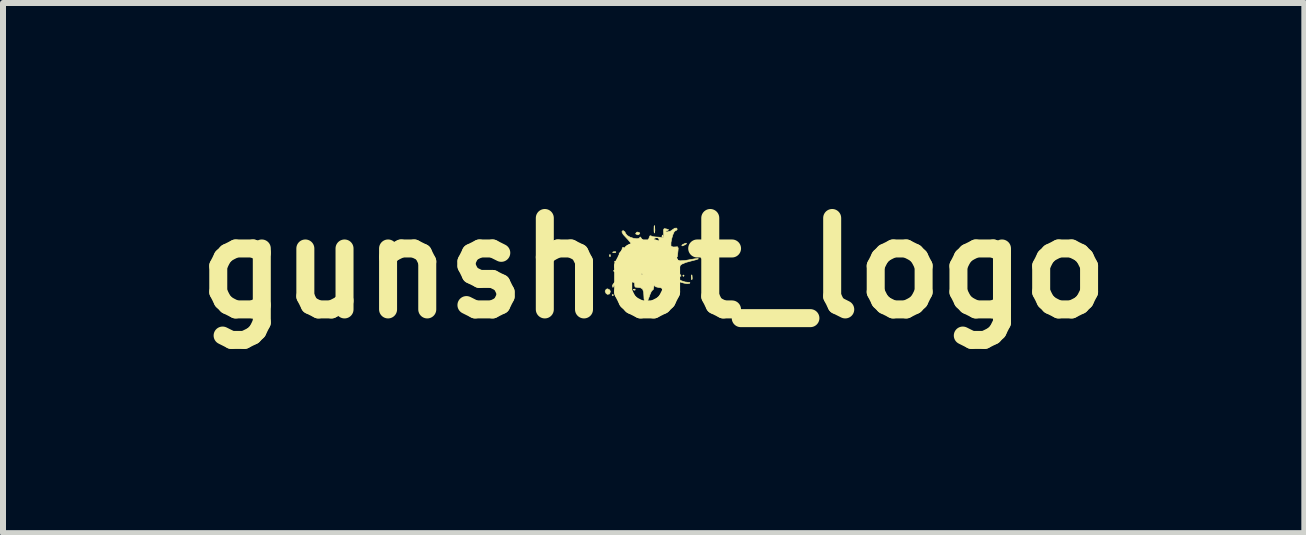
<source format=kicad_pcb>
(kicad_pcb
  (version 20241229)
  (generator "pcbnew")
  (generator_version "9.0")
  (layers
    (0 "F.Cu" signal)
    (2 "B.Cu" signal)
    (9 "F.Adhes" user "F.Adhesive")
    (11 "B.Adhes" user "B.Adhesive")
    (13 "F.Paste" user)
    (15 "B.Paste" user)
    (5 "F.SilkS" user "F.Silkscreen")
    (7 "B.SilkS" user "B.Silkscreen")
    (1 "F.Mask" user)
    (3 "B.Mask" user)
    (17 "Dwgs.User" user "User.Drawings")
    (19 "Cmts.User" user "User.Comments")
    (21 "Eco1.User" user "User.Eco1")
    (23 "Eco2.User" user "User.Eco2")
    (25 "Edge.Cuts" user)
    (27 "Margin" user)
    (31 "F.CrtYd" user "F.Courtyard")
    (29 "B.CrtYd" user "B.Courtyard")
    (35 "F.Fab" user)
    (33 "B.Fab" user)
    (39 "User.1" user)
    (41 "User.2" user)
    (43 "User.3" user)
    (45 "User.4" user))
  (footprint "gunshot_logo"
    (layer "F.Cu")
    (at 7.845 1.418)
    (property "Reference" "gunshot_logo" (at 0 0 0) (layer "F.SilkS") (effects (font (size 1.524 1.524) (thickness 0.3))))
    (attr through_hole)
    (fp_poly (pts (xy -0.67 0.45) (xy -0.681 0.462) (xy -0.693 0.45) (xy -0.681 0.439) (xy -0.67 0.45)) (stroke (width 0.01) (type solid)) (fill yes) (layer "F.SilkS"))
    (fp_poly (pts (xy 0.023 0.75) (xy 0.012 0.762) (xy 0 0.75) (xy 0.012 0.739) (xy 0.023 0.75)) (stroke (width 0.01) (type solid)) (fill yes) (layer "F.SilkS"))
    (fp_poly (pts (xy 0.092 0.727) (xy 0.081 0.739) (xy 0.069 0.727) (xy 0.081 0.716) (xy 0.092 0.727)) (stroke (width 0.01) (type solid)) (fill yes) (layer "F.SilkS"))
    (fp_poly (pts (xy 0.508 0.127) (xy 0.496 0.139) (xy 0.485 0.127) (xy 0.496 0.115) (xy 0.508 0.127)) (stroke (width 0.01) (type solid)) (fill yes) (layer "F.SilkS"))
    (fp_poly (pts (xy 0.808 -0.173) (xy 0.797 -0.162) (xy 0.785 -0.173) (xy 0.797 -0.185) (xy 0.808 -0.173)) (stroke (width 0.01) (type solid)) (fill yes) (layer "F.SilkS"))
    (fp_poly (pts (xy -0.724 -0.223) (xy -0.721 -0.196) (xy -0.724 -0.192) (xy -0.737 -0.196) (xy -0.739 -0.208) (xy -0.73 -0.227) (xy -0.724 -0.223)) (stroke (width 0.01) (type solid)) (fill yes) (layer "F.SilkS"))
    (fp_poly (pts (xy -0.63 -0.268) (xy -0.637 -0.257) (xy -0.66 -0.256) (xy -0.685 -0.261) (xy -0.674 -0.27) (xy -0.638 -0.273) (xy -0.63 -0.268)) (stroke (width 0.01) (type solid)) (fill yes) (layer "F.SilkS"))
    (fp_poly (pts (xy -0.595 -0.108) (xy -0.592 -0.099) (xy -0.623 -0.096) (xy -0.656 -0.1) (xy -0.652 -0.108) (xy -0.605 -0.111) (xy -0.595 -0.108)) (stroke (width 0.01) (type solid)) (fill yes) (layer "F.SilkS"))
    (fp_poly (pts (xy -0.308 0.354) (xy -0.311 0.368) (xy -0.323 0.369) (xy -0.342 0.361) (xy -0.339 0.354) (xy -0.311 0.351) (xy -0.308 0.354)) (stroke (width 0.01) (type solid)) (fill yes) (layer "F.SilkS"))
    (fp_poly (pts (xy -0.006 0.61) (xy -0.013 0.62) (xy -0.037 0.622) (xy -0.061 0.616) (xy -0.051 0.608) (xy -0.014 0.605) (xy -0.006 0.61)) (stroke (width 0.01) (type solid)) (fill yes) (layer "F.SilkS"))
    (fp_poly (pts (xy 0.154 -0.546) (xy 0.157 -0.519) (xy 0.154 -0.516) (xy 0.14 -0.519) (xy 0.139 -0.531) (xy 0.147 -0.55) (xy 0.154 -0.546)) (stroke (width 0.01) (type solid)) (fill yes) (layer "F.SilkS"))
    (fp_poly (pts (xy -0.428 0.257) (xy -0.436 0.277) (xy -0.453 0.295) (xy -0.479 0.31) (xy -0.485 0.302) (xy -0.471 0.275) (xy -0.444 0.256) (xy -0.428 0.257)) (stroke (width 0.01) (type solid)) (fill yes) (layer "F.SilkS"))
    (fp_poly (pts (xy -0.731 0.366) (xy -0.722 0.393) (xy -0.735 0.431) (xy -0.77 0.438) (xy -0.793 0.423) (xy -0.809 0.385) (xy -0.791 0.353) (xy -0.767 0.346) (xy -0.731 0.366)) (stroke (width 0.01) (type solid)) (fill yes) (layer "F.SilkS"))
    (fp_poly (pts (xy -0.569 0.031) (xy -0.554 0.046) (xy -0.574 0.064) (xy -0.612 0.069) (xy -0.655 0.061) (xy -0.67 0.046) (xy -0.65 0.029) (xy -0.612 0.023) (xy -0.569 0.031)) (stroke (width 0.01) (type solid)) (fill yes) (layer "F.SilkS"))
    (fp_poly (pts (xy -0.235 -0.588) (xy -0.231 -0.577) (xy -0.25 -0.557) (xy -0.266 -0.554) (xy -0.296 -0.567) (xy -0.3 -0.577) (xy -0.281 -0.598) (xy -0.266 -0.6) (xy -0.235 -0.588)) (stroke (width 0.01) (type solid)) (fill yes) (layer "F.SilkS"))
    (fp_poly (pts (xy -0.092 0.705) (xy -0.081 0.716) (xy -0.072 0.734) (xy -0.085 0.733) (xy -0.127 0.716) (xy -0.156 0.701) (xy -0.143 0.695) (xy -0.134 0.694) (xy -0.092 0.705)) (stroke (width 0.01) (type solid)) (fill yes) (layer "F.SilkS"))
    (fp_poly (pts (xy 0.016 -0.699) (xy 0.02 -0.631) (xy 0.016 -0.595) (xy 0.011 -0.584) (xy 0.007 -0.613) (xy 0.006 -0.647) (xy 0.008 -0.696) (xy 0.013 -0.71) (xy 0.016 -0.699)) (stroke (width 0.01) (type solid)) (fill yes) (layer "F.SilkS"))
    (fp_poly (pts (xy 0.547 -0.405) (xy 0.531 -0.393) (xy 0.489 -0.373) (xy 0.473 -0.37) (xy 0.469 -0.38) (xy 0.485 -0.393) (xy 0.527 -0.412) (xy 0.543 -0.415) (xy 0.547 -0.405)) (stroke (width 0.01) (type solid)) (fill yes) (layer "F.SilkS"))
    (fp_poly (pts (xy 0.638 0.118) (xy 0.639 0.122) (xy 0.643 0.172) (xy 0.639 0.191) (xy 0.631 0.192) (xy 0.628 0.156) (xy 0.628 0.15) (xy 0.631 0.114) (xy 0.638 0.118)) (stroke (width 0.01) (type solid)) (fill yes) (layer "F.SilkS"))
    (fp_poly (pts (xy 0.393 -0.647) (xy 0.374 -0.625) (xy 0.362 -0.623) (xy 0.341 -0.603) (xy 0.319 -0.553) (xy 0.3 -0.487) (xy 0.288 -0.423) (xy 0.288 -0.375) (xy 0.291 -0.365) (xy 0.322 -0.351) (xy 0.36 -0.352) (xy 0.397 -0.355) (xy 0.409 -0.333) (xy 0.406 -0.291) (xy 0.399 -0.231) (xy 0.395 -0.191) (xy 0.374 -0.165) (xy 0.352 -0.16) (xy 0.341 -0.153) (xy 0.37 -0.137) (xy 0.38 -0.133) (xy 0.442 -0.121) (xy 0.525 -0.126) (xy 0.594 -0.138) (xy 0.685 -0.154) (xy 0.736 -0.159) (xy 0.746 -0.154) (xy 0.714 -0.141) (xy 0.637 -0.121) (xy 0.617 -0.116) (xy 0.537 -0.094) (xy 0.474 -0.068) (xy 0.445 -0.048) (xy 0.419 0.014) (xy 0.424 0.078) (xy 0.443 0.111) (xy 0.457 0.133) (xy 0.432 0.139) (xy 0.398 0.148) (xy 0.393 0.158) (xy 0.413 0.185) (xy 0.462 0.212) (xy 0.523 0.232) (xy 0.566 0.237) (xy 0.604 0.241) (xy 0.6 0.254) (xy 0.559 0.26) (xy 0.501 0.25) (xy 0.499 0.249) (xy 0.426 0.228) (xy 0.364 0.214) (xy 0.318 0.211) (xy 0.302 0.234) (xy 0.3 0.265) (xy 0.315 0.321) (xy 0.344 0.339) (xy 0.383 0.369) (xy 0.398 0.404) (xy 0.395 0.441) (xy 0.369 0.444) (xy 0.328 0.415) (xy 0.293 0.376) (xy 0.252 0.338) (xy 0.22 0.323) (xy 0.183 0.305) (xy 0.177 0.294) (xy 0.166 0.278) (xy 0.163 0.295) (xy 0.181 0.326) (xy 0.214 0.346) (xy 0.266 0.367) (xy 0.215 0.368) (xy 0.168 0.36) (xy 0.15 0.346) (xy 0.118 0.328) (xy 0.081 0.323) (xy 0.035 0.312) (xy 0.015 0.294) (xy 0.006 0.29) (xy 0.002 0.318) (xy -0.007 0.358) (xy -0.021 0.369) (xy -0.039 0.39) (xy -0.061 0.44) (xy -0.072 0.473) (xy -0.1 0.544) (xy -0.127 0.575) (xy -0.149 0.564) (xy -0.161 0.511) (xy -0.162 0.487) (xy -0.167 0.4) (xy -0.185 0.349) (xy -0.222 0.327) (xy -0.259 0.323) (xy -0.307 0.317) (xy -0.317 0.296) (xy -0.315 0.289) (xy -0.318 0.251) (xy -0.329 0.239) (xy -0.373 0.229) (xy -0.439 0.228) (xy -0.506 0.236) (xy -0.556 0.25) (xy -0.565 0.256) (xy -0.605 0.274) (xy -0.628 0.277) (xy -0.663 0.289) (xy -0.67 0.304) (xy -0.677 0.321) (xy -0.682 0.319) (xy -0.687 0.287) (xy -0.66 0.248) (xy -0.611 0.216) (xy -0.599 0.211) (xy -0.551 0.184) (xy -0.531 0.154) (xy -0.531 0.153) (xy -0.514 0.116) (xy -0.502 0.108) (xy -0.499 0.104) (xy -0.208 0.104) (xy -0.196 0.115) (xy -0.185 0.104) (xy -0.196 0.092) (xy -0.208 0.104) (xy -0.499 0.104) (xy -0.488 0.092) (xy -0.508 0.071) (xy -0.531 0.048) (xy -0.513 0.027) (xy -0.508 0.023) (xy -0.485 0.005) (xy -0.503 0.000451) (xy -0.509 0.000354) (xy -0.538 -0.018) (xy -0.549 -0.06) (xy -0.539 -0.107) (xy -0.513 -0.137) (xy -0.493 -0.155) (xy -0.502 -0.161) (xy -0.528 -0.18) (xy -0.531 -0.194) (xy -0.549 -0.231) (xy -0.56 -0.239) (xy -0.577 -0.249) (xy -0.56 -0.252) (xy -0.536 -0.273) (xy -0.531 -0.3) (xy -0.521 -0.338) (xy -0.508 -0.346) (xy -0.486 -0.329) (xy -0.485 -0.323) (xy -0.466 -0.303) (xy -0.45 -0.3) (xy -0.42 -0.319) (xy -0.416 -0.335) (xy -0.403 -0.366) (xy -0.393 -0.369) (xy -0.37 -0.383) (xy -0.383 -0.42) (xy -0.429 -0.476) (xy -0.45 -0.498) (xy -0.508 -0.561) (xy -0.53 -0.604) (xy -0.515 -0.623) (xy -0.506 -0.623) (xy -0.48 -0.604) (xy -0.469 -0.578) (xy -0.443 -0.544) (xy -0.393 -0.515) (xy -0.333 -0.495) (xy -0.277 -0.488) (xy -0.239 -0.497) (xy -0.229 -0.514) (xy -0.22 -0.518) (xy -0.203 -0.491) (xy -0.165 -0.447) (xy -0.121 -0.442) (xy -0.089 -0.473) (xy 0 -0.473) (xy 0.019 -0.445) (xy 0.046 -0.439) (xy 0.084 -0.453) (xy 0.092 -0.473) (xy 0.073 -0.502) (xy 0.046 -0.508) (xy 0.009 -0.494) (xy 0 -0.473) (xy -0.089 -0.473) (xy -0.086 -0.476) (xy -0.078 -0.499) (xy -0.063 -0.536) (xy -0.049 -0.539) (xy -0.018 -0.524) (xy 0.035 -0.518) (xy 0.097 -0.514) (xy 0.139 -0.507) (xy 0.161 -0.51) (xy 0.168 -0.543) (xy 0.166 -0.581) (xy 0.164 -0.636) (xy 0.175 -0.657) (xy 0.207 -0.653) (xy 0.211 -0.652) (xy 0.247 -0.641) (xy 0.24 -0.63) (xy 0.218 -0.621) (xy 0.188 -0.608) (xy 0.202 -0.603) (xy 0.223 -0.602) (xy 0.281 -0.616) (xy 0.308 -0.635) (xy 0.351 -0.664) (xy 0.383 -0.666) (xy 0.393 -0.647)) (stroke (width 0.01) (type solid)) (fill yes) (layer "F.SilkS")))
  (gr_rect
    (start -3 -3)
    (end 18.69 5.836)
    (stroke (width 0.1) (type default))
    (fill no)
    (layer "Edge.Cuts")))
</source>
